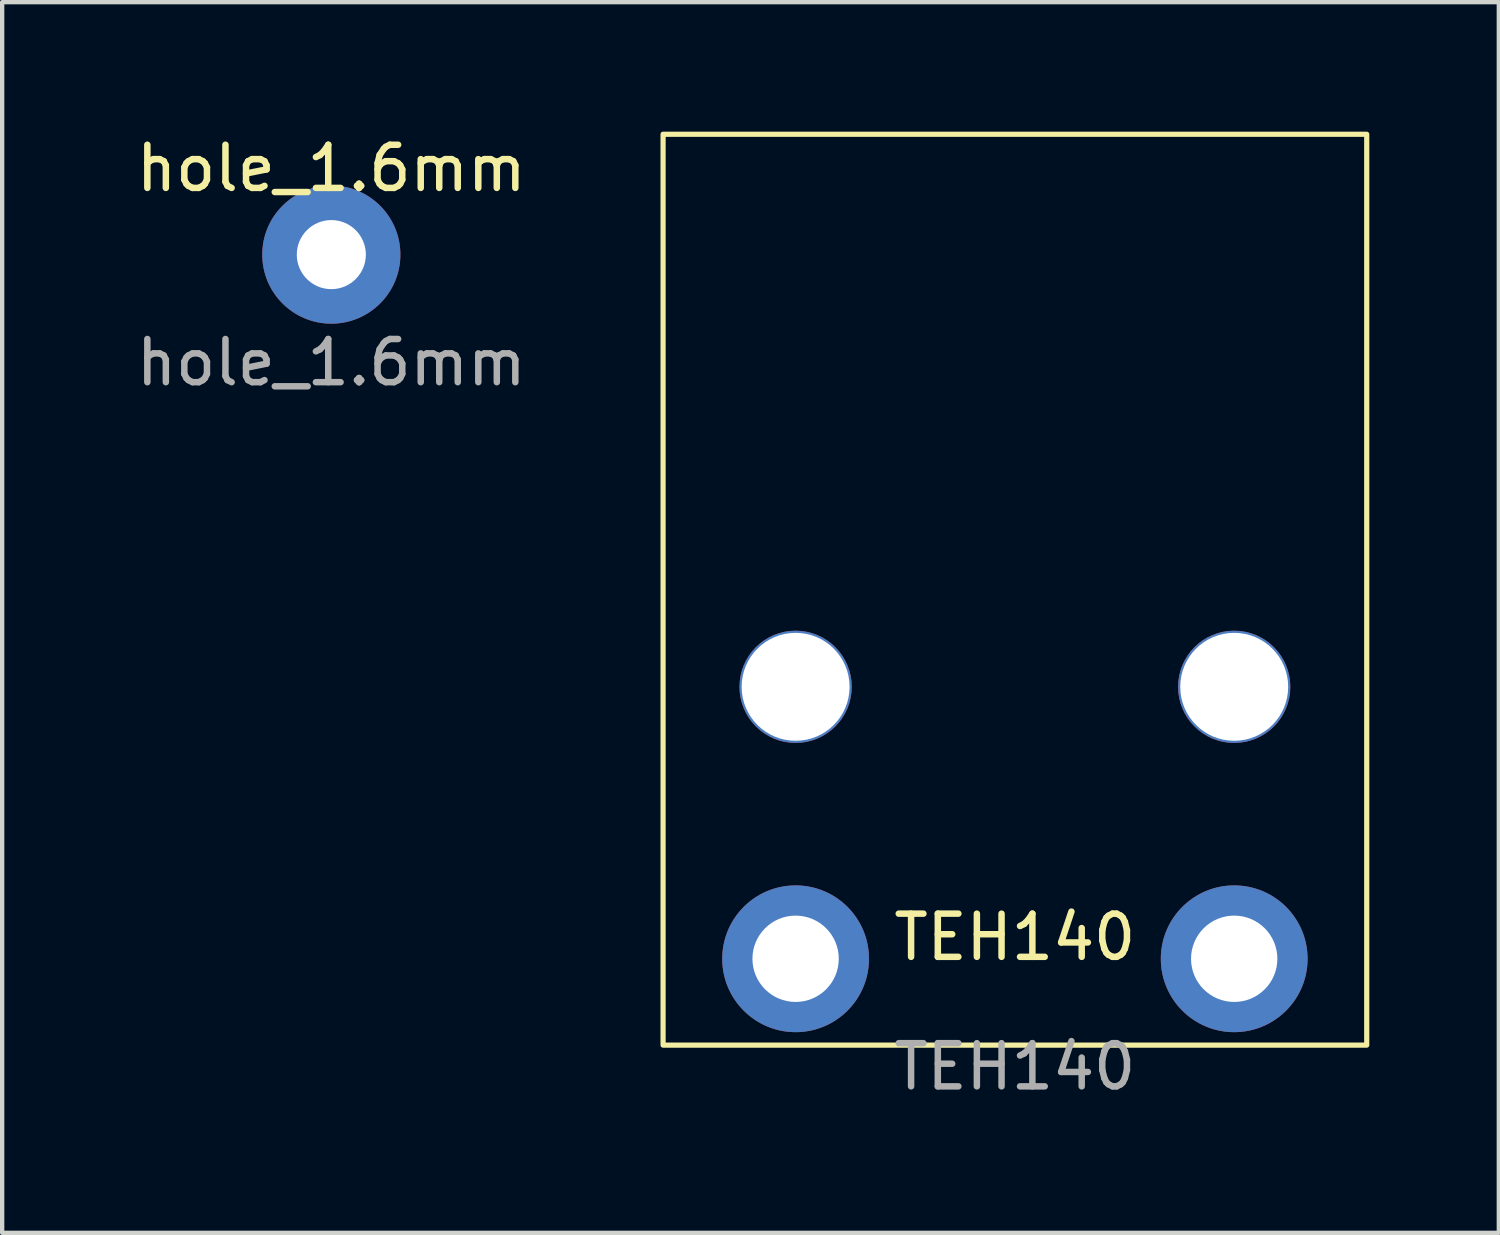
<source format=kicad_pcb>
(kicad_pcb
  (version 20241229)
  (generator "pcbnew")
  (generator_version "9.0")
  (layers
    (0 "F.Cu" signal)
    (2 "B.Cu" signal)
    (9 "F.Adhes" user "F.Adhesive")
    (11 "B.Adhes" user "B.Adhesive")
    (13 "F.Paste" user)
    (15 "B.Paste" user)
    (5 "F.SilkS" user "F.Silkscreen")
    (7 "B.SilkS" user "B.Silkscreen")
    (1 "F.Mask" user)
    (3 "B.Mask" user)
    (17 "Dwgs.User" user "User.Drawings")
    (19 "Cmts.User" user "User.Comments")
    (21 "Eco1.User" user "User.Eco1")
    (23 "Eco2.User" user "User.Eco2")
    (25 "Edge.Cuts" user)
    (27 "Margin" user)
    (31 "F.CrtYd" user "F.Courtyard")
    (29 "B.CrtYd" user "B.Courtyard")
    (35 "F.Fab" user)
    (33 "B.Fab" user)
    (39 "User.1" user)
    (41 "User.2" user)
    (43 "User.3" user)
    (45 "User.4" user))
  (footprint "hole_1.6mm"
    (layer "F.Cu")
    (at 4.625 2.848)
    (property "Reference" "hole_1.6mm" (at 0 -2 0) (unlocked yes) (layer "F.SilkS") (effects (font (size 1 1) (thickness 0.15))))
    (attr through_hole)
    (fp_text user "${REFERENCE}" (at 0 2.5 0) (unlocked yes) (layer "F.Fab") (effects (font (size 1 1) (thickness 0.15))))
    (pad "1" thru_hole circle (at 0 0) (size 3.2 3.2) (drill 1.6) (layers "*.Cu" "*.Mask")))
  (footprint "TEH140"
    (layer "F.Cu")
    (at 20.46 19.16)
    (property "Reference" "TEH140" (at 0 -0.5 0) (unlocked yes) (layer "F.SilkS") (effects (font (size 1 1) (thickness 0.15))))
    (attr through_hole)
    (fp_rect (start -8.15 2) (end 8.15 -19.1) (stroke (width 0.12) (type solid)) (fill no) (layer "F.SilkS"))
    (fp_text user "${REFERENCE}" (at 0 2.5 0) (unlocked yes) (layer "F.Fab") (effects (font (size 1 1) (thickness 0.15))))
    (pad "" np_thru_hole circle (at -5.08 -6.3) (size 2.6 2.6) (drill 2.5) (layers "*.Cu" "*.Mask"))
    (pad "" np_thru_hole circle (at 5.08 -6.3) (size 2.6 2.6) (drill 2.5) (layers "*.Cu" "*.Mask"))
    (pad "1" thru_hole circle (at -5.08 0) (size 3.4 3.4) (drill 2) (layers "*.Cu" "*.Mask"))
    (pad "2" thru_hole circle (at 5.08 0) (size 3.4 3.4) (drill 2) (layers "*.Cu" "*.Mask")))
  (gr_rect
    (start -3 -3)
    (end 31.67 25.508)
    (stroke (width 0.1) (type default))
    (fill no)
    (layer "Edge.Cuts")))
</source>
